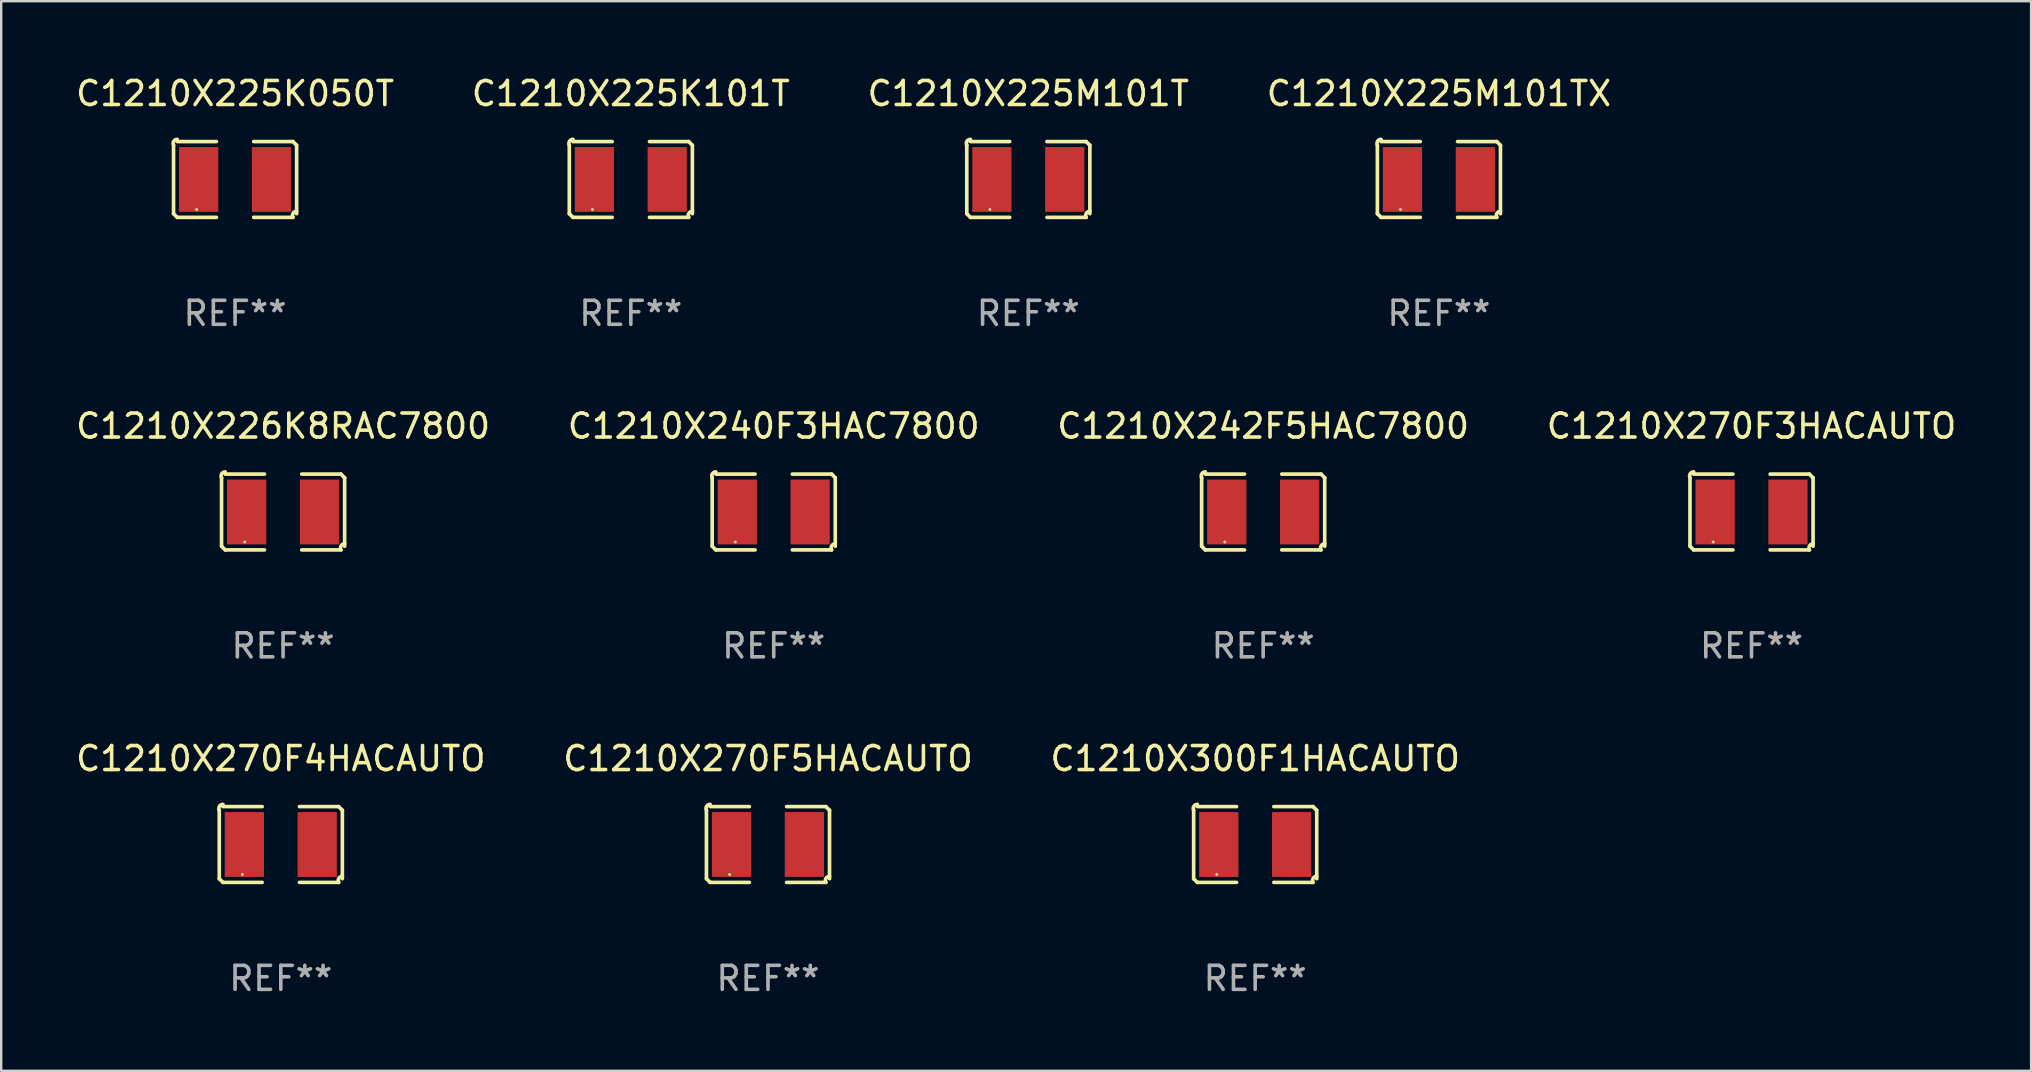
<source format=kicad_pcb>
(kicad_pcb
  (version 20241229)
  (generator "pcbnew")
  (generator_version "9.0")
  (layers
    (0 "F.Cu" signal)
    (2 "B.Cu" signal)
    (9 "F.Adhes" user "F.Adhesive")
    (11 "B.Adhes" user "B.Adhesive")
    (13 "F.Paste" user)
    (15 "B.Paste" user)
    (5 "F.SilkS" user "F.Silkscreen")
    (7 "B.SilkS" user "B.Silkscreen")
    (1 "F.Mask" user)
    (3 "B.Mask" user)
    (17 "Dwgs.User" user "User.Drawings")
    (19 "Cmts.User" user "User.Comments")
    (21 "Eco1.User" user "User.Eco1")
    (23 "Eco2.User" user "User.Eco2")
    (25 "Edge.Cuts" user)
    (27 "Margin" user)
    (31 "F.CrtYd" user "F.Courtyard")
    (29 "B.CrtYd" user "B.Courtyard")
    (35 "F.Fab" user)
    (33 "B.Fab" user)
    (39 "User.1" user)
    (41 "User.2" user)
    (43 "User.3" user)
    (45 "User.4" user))
  (footprint "C1210X225K101T"
    (layer "F.Cu")
    (at 23.232 4.427)
    (property "Reference" "C1210X225K101T" (at 0 -3.579 0) (layer "F.SilkS") (effects (font (size 1 1) (thickness 0.15))))
    (attr through_hole)
    (fp_line (start -2.564 1.426) (end -2.564 -1.426) (stroke (width 0.152) (type solid)) (layer "F.SilkS"))
    (fp_line (start -2.411 -1.579) (end -0.776 -1.579) (stroke (width 0.152) (type solid)) (layer "F.SilkS"))
    (fp_line (start -0.776 1.579) (end -2.411 1.579) (stroke (width 0.152) (type solid)) (layer "F.SilkS"))
    (fp_line (start 0.776 1.579) (end 2.411 1.579) (stroke (width 0.152) (type solid)) (layer "F.SilkS"))
    (fp_line (start 2.411 -1.579) (end 0.776 -1.579) (stroke (width 0.152) (type solid)) (layer "F.SilkS"))
    (fp_line (start 2.564 1.426) (end 2.564 -1.426) (stroke (width 0.152) (type solid)) (layer "F.SilkS"))
    (fp_arc (start -2.563602 -1.426213) (mid -2.555597 -1.591233) (end -2.411201 -1.671518) (stroke (width 0.1524) (type solid)) (layer "F.SilkS"))
    (fp_arc (start -2.5636 1.426214) (mid -2.487389 1.502402) (end -2.411201 1.578613) (stroke (width 0.1524) (type solid)) (layer "F.SilkS"))
    (fp_arc (start 2.411197 -1.578618) (mid 2.487403 -1.502419) (end 2.563602 -1.426213) (stroke (width 0.1524) (type solid)) (layer "F.SilkS"))
    (fp_arc (start 2.411201 1.578613) (mid 2.416214 1.409455) (end 2.563602 1.32629) (stroke (width 0.1524) (type solid)) (layer "F.SilkS"))
    (fp_circle (center -1.6 1.25) (end -1.57 1.25) (stroke (width 0.06) (type solid)) (fill no) (layer "F.SilkS"))
    (fp_text user "REF**" (at 0 5.579 0) (layer "F.Fab") (effects (font (size 1 1) (thickness 0.15))))
    (pad "1" smd rect (at -1.517 0) (size 1.635 2.7) (layers "F.Cu" "F.Mask" "F.Paste"))
    (pad "2" smd rect (at 1.517 0) (size 1.635 2.7) (layers "F.Cu" "F.Mask" "F.Paste")))
  (footprint "C1210X242F5HAC7800"
    (layer "F.Cu")
    (at 49.577 18.281)
    (property "Reference" "C1210X242F5HAC7800" (at 0 -3.579 0) (layer "F.SilkS") (effects (font (size 1 1) (thickness 0.15))))
    (attr through_hole)
    (fp_line (start -2.564 1.426) (end -2.564 -1.426) (stroke (width 0.152) (type solid)) (layer "F.SilkS"))
    (fp_line (start -2.411 -1.579) (end -0.776 -1.579) (stroke (width 0.152) (type solid)) (layer "F.SilkS"))
    (fp_line (start -0.776 1.579) (end -2.411 1.579) (stroke (width 0.152) (type solid)) (layer "F.SilkS"))
    (fp_line (start 0.776 1.579) (end 2.411 1.579) (stroke (width 0.152) (type solid)) (layer "F.SilkS"))
    (fp_line (start 2.411 -1.579) (end 0.776 -1.579) (stroke (width 0.152) (type solid)) (layer "F.SilkS"))
    (fp_line (start 2.564 1.426) (end 2.564 -1.426) (stroke (width 0.152) (type solid)) (layer "F.SilkS"))
    (fp_arc (start -2.563602 -1.426213) (mid -2.555597 -1.591233) (end -2.411201 -1.671518) (stroke (width 0.1524) (type solid)) (layer "F.SilkS"))
    (fp_arc (start -2.5636 1.426214) (mid -2.487389 1.502402) (end -2.411201 1.578613) (stroke (width 0.1524) (type solid)) (layer "F.SilkS"))
    (fp_arc (start 2.411197 -1.578618) (mid 2.487403 -1.502419) (end 2.563602 -1.426213) (stroke (width 0.1524) (type solid)) (layer "F.SilkS"))
    (fp_arc (start 2.411201 1.578613) (mid 2.416214 1.409455) (end 2.563602 1.32629) (stroke (width 0.1524) (type solid)) (layer "F.SilkS"))
    (fp_circle (center -1.6 1.25) (end -1.57 1.25) (stroke (width 0.06) (type solid)) (fill no) (layer "F.SilkS"))
    (fp_text user "REF**" (at 0 5.579 0) (layer "F.Fab") (effects (font (size 1 1) (thickness 0.15))))
    (pad "1" smd rect (at -1.517 0) (size 1.635 2.7) (layers "F.Cu" "F.Mask" "F.Paste"))
    (pad "2" smd rect (at 1.517 0) (size 1.635 2.7) (layers "F.Cu" "F.Mask" "F.Paste")))
  (footprint "C1210X226K8RAC7800"
    (layer "F.Cu")
    (at 8.744 18.281)
    (property "Reference" "C1210X226K8RAC7800" (at 0 -3.579 0) (layer "F.SilkS") (effects (font (size 1 1) (thickness 0.15))))
    (attr through_hole)
    (fp_line (start -2.564 1.426) (end -2.564 -1.426) (stroke (width 0.152) (type solid)) (layer "F.SilkS"))
    (fp_line (start -2.411 -1.579) (end -0.776 -1.579) (stroke (width 0.152) (type solid)) (layer "F.SilkS"))
    (fp_line (start -0.776 1.579) (end -2.411 1.579) (stroke (width 0.152) (type solid)) (layer "F.SilkS"))
    (fp_line (start 0.776 1.579) (end 2.411 1.579) (stroke (width 0.152) (type solid)) (layer "F.SilkS"))
    (fp_line (start 2.411 -1.579) (end 0.776 -1.579) (stroke (width 0.152) (type solid)) (layer "F.SilkS"))
    (fp_line (start 2.564 1.426) (end 2.564 -1.426) (stroke (width 0.152) (type solid)) (layer "F.SilkS"))
    (fp_arc (start -2.563602 -1.426213) (mid -2.555597 -1.591233) (end -2.411201 -1.671518) (stroke (width 0.1524) (type solid)) (layer "F.SilkS"))
    (fp_arc (start -2.5636 1.426214) (mid -2.487389 1.502402) (end -2.411201 1.578613) (stroke (width 0.1524) (type solid)) (layer "F.SilkS"))
    (fp_arc (start 2.411197 -1.578618) (mid 2.487403 -1.502419) (end 2.563602 -1.426213) (stroke (width 0.1524) (type solid)) (layer "F.SilkS"))
    (fp_arc (start 2.411201 1.578613) (mid 2.416214 1.409455) (end 2.563602 1.32629) (stroke (width 0.1524) (type solid)) (layer "F.SilkS"))
    (fp_circle (center -1.6 1.25) (end -1.57 1.25) (stroke (width 0.06) (type solid)) (fill no) (layer "F.SilkS"))
    (fp_text user "REF**" (at 0 5.579 0) (layer "F.Fab") (effects (font (size 1 1) (thickness 0.15))))
    (pad "1" smd rect (at -1.517 0) (size 1.635 2.7) (layers "F.Cu" "F.Mask" "F.Paste"))
    (pad "2" smd rect (at 1.517 0) (size 1.635 2.7) (layers "F.Cu" "F.Mask" "F.Paste")))
  (footprint "C1210X270F4HACAUTO"
    (layer "F.Cu")
    (at 8.649 32.134)
    (property "Reference" "C1210X270F4HACAUTO" (at 0 -3.579 0) (layer "F.SilkS") (effects (font (size 1 1) (thickness 0.15))))
    (attr through_hole)
    (fp_line (start -2.564 1.426) (end -2.564 -1.426) (stroke (width 0.152) (type solid)) (layer "F.SilkS"))
    (fp_line (start -2.411 -1.579) (end -0.776 -1.579) (stroke (width 0.152) (type solid)) (layer "F.SilkS"))
    (fp_line (start -0.776 1.579) (end -2.411 1.579) (stroke (width 0.152) (type solid)) (layer "F.SilkS"))
    (fp_line (start 0.776 1.579) (end 2.411 1.579) (stroke (width 0.152) (type solid)) (layer "F.SilkS"))
    (fp_line (start 2.411 -1.579) (end 0.776 -1.579) (stroke (width 0.152) (type solid)) (layer "F.SilkS"))
    (fp_line (start 2.564 1.426) (end 2.564 -1.426) (stroke (width 0.152) (type solid)) (layer "F.SilkS"))
    (fp_arc (start -2.563602 -1.426213) (mid -2.555597 -1.591233) (end -2.411201 -1.671518) (stroke (width 0.1524) (type solid)) (layer "F.SilkS"))
    (fp_arc (start -2.5636 1.426214) (mid -2.487389 1.502402) (end -2.411201 1.578613) (stroke (width 0.1524) (type solid)) (layer "F.SilkS"))
    (fp_arc (start 2.411197 -1.578618) (mid 2.487403 -1.502419) (end 2.563602 -1.426213) (stroke (width 0.1524) (type solid)) (layer "F.SilkS"))
    (fp_arc (start 2.411201 1.578613) (mid 2.416214 1.409455) (end 2.563602 1.32629) (stroke (width 0.1524) (type solid)) (layer "F.SilkS"))
    (fp_circle (center -1.6 1.25) (end -1.57 1.25) (stroke (width 0.06) (type solid)) (fill no) (layer "F.SilkS"))
    (fp_text user "REF**" (at 0 5.579 0) (layer "F.Fab") (effects (font (size 1 1) (thickness 0.15))))
    (pad "1" smd rect (at -1.517 0) (size 1.635 2.7) (layers "F.Cu" "F.Mask" "F.Paste"))
    (pad "2" smd rect (at 1.517 0) (size 1.635 2.7) (layers "F.Cu" "F.Mask" "F.Paste")))
  (footprint "C1210X225M101T"
    (layer "F.Cu")
    (at 39.792 4.427)
    (property "Reference" "C1210X225M101T" (at 0 -3.579 0) (layer "F.SilkS") (effects (font (size 1 1) (thickness 0.15))))
    (attr through_hole)
    (fp_line (start -2.564 1.426) (end -2.564 -1.426) (stroke (width 0.152) (type solid)) (layer "F.SilkS"))
    (fp_line (start -2.411 -1.579) (end -0.776 -1.579) (stroke (width 0.152) (type solid)) (layer "F.SilkS"))
    (fp_line (start -0.776 1.579) (end -2.411 1.579) (stroke (width 0.152) (type solid)) (layer "F.SilkS"))
    (fp_line (start 0.776 1.579) (end 2.411 1.579) (stroke (width 0.152) (type solid)) (layer "F.SilkS"))
    (fp_line (start 2.411 -1.579) (end 0.776 -1.579) (stroke (width 0.152) (type solid)) (layer "F.SilkS"))
    (fp_line (start 2.564 1.426) (end 2.564 -1.426) (stroke (width 0.152) (type solid)) (layer "F.SilkS"))
    (fp_arc (start -2.563602 -1.426213) (mid -2.555597 -1.591233) (end -2.411201 -1.671518) (stroke (width 0.1524) (type solid)) (layer "F.SilkS"))
    (fp_arc (start -2.5636 1.426214) (mid -2.487389 1.502402) (end -2.411201 1.578613) (stroke (width 0.1524) (type solid)) (layer "F.SilkS"))
    (fp_arc (start 2.411197 -1.578618) (mid 2.487403 -1.502419) (end 2.563602 -1.426213) (stroke (width 0.1524) (type solid)) (layer "F.SilkS"))
    (fp_arc (start 2.411201 1.578613) (mid 2.416214 1.409455) (end 2.563602 1.32629) (stroke (width 0.1524) (type solid)) (layer "F.SilkS"))
    (fp_circle (center -1.6 1.25) (end -1.57 1.25) (stroke (width 0.06) (type solid)) (fill no) (layer "F.SilkS"))
    (fp_text user "REF**" (at 0 5.579 0) (layer "F.Fab") (effects (font (size 1 1) (thickness 0.15))))
    (pad "1" smd rect (at -1.517 0) (size 1.635 2.7) (layers "F.Cu" "F.Mask" "F.Paste"))
    (pad "2" smd rect (at 1.517 0) (size 1.635 2.7) (layers "F.Cu" "F.Mask" "F.Paste")))
  (footprint "C1210X240F3HAC7800"
    (layer "F.Cu")
    (at 29.185 18.281)
    (property "Reference" "C1210X240F3HAC7800" (at 0 -3.579 0) (layer "F.SilkS") (effects (font (size 1 1) (thickness 0.15))))
    (attr through_hole)
    (fp_line (start -2.564 1.426) (end -2.564 -1.426) (stroke (width 0.152) (type solid)) (layer "F.SilkS"))
    (fp_line (start -2.411 -1.579) (end -0.776 -1.579) (stroke (width 0.152) (type solid)) (layer "F.SilkS"))
    (fp_line (start -0.776 1.579) (end -2.411 1.579) (stroke (width 0.152) (type solid)) (layer "F.SilkS"))
    (fp_line (start 0.776 1.579) (end 2.411 1.579) (stroke (width 0.152) (type solid)) (layer "F.SilkS"))
    (fp_line (start 2.411 -1.579) (end 0.776 -1.579) (stroke (width 0.152) (type solid)) (layer "F.SilkS"))
    (fp_line (start 2.564 1.426) (end 2.564 -1.426) (stroke (width 0.152) (type solid)) (layer "F.SilkS"))
    (fp_arc (start -2.563602 -1.426213) (mid -2.555597 -1.591233) (end -2.411201 -1.671518) (stroke (width 0.1524) (type solid)) (layer "F.SilkS"))
    (fp_arc (start -2.5636 1.426214) (mid -2.487389 1.502402) (end -2.411201 1.578613) (stroke (width 0.1524) (type solid)) (layer "F.SilkS"))
    (fp_arc (start 2.411197 -1.578618) (mid 2.487403 -1.502419) (end 2.563602 -1.426213) (stroke (width 0.1524) (type solid)) (layer "F.SilkS"))
    (fp_arc (start 2.411201 1.578613) (mid 2.416214 1.409455) (end 2.563602 1.32629) (stroke (width 0.1524) (type solid)) (layer "F.SilkS"))
    (fp_circle (center -1.6 1.25) (end -1.57 1.25) (stroke (width 0.06) (type solid)) (fill no) (layer "F.SilkS"))
    (fp_text user "REF**" (at 0 5.579 0) (layer "F.Fab") (effects (font (size 1 1) (thickness 0.15))))
    (pad "1" smd rect (at -1.517 0) (size 1.635 2.7) (layers "F.Cu" "F.Mask" "F.Paste"))
    (pad "2" smd rect (at 1.517 0) (size 1.635 2.7) (layers "F.Cu" "F.Mask" "F.Paste")))
  (footprint "C1210X225M101TX"
    (layer "F.Cu")
    (at 56.899 4.427)
    (property "Reference" "C1210X225M101TX" (at 0 -3.579 0) (layer "F.SilkS") (effects (font (size 1 1) (thickness 0.15))))
    (attr through_hole)
    (fp_line (start -2.564 1.426) (end -2.564 -1.426) (stroke (width 0.152) (type solid)) (layer "F.SilkS"))
    (fp_line (start -2.411 -1.579) (end -0.776 -1.579) (stroke (width 0.152) (type solid)) (layer "F.SilkS"))
    (fp_line (start -0.776 1.579) (end -2.411 1.579) (stroke (width 0.152) (type solid)) (layer "F.SilkS"))
    (fp_line (start 0.776 1.579) (end 2.411 1.579) (stroke (width 0.152) (type solid)) (layer "F.SilkS"))
    (fp_line (start 2.411 -1.579) (end 0.776 -1.579) (stroke (width 0.152) (type solid)) (layer "F.SilkS"))
    (fp_line (start 2.564 1.426) (end 2.564 -1.426) (stroke (width 0.152) (type solid)) (layer "F.SilkS"))
    (fp_arc (start -2.563602 -1.426213) (mid -2.555597 -1.591233) (end -2.411201 -1.671518) (stroke (width 0.1524) (type solid)) (layer "F.SilkS"))
    (fp_arc (start -2.5636 1.426214) (mid -2.487389 1.502402) (end -2.411201 1.578613) (stroke (width 0.1524) (type solid)) (layer "F.SilkS"))
    (fp_arc (start 2.411197 -1.578618) (mid 2.487403 -1.502419) (end 2.563602 -1.426213) (stroke (width 0.1524) (type solid)) (layer "F.SilkS"))
    (fp_arc (start 2.411201 1.578613) (mid 2.416214 1.409455) (end 2.563602 1.32629) (stroke (width 0.1524) (type solid)) (layer "F.SilkS"))
    (fp_circle (center -1.6 1.25) (end -1.57 1.25) (stroke (width 0.06) (type solid)) (fill no) (layer "F.SilkS"))
    (fp_text user "REF**" (at 0 5.579 0) (layer "F.Fab") (effects (font (size 1 1) (thickness 0.15))))
    (pad "1" smd rect (at -1.517 0) (size 1.635 2.7) (layers "F.Cu" "F.Mask" "F.Paste"))
    (pad "2" smd rect (at 1.517 0) (size 1.635 2.7) (layers "F.Cu" "F.Mask" "F.Paste")))
  (footprint "C1210X300F1HACAUTO"
    (layer "F.Cu")
    (at 49.244 32.134)
    (property "Reference" "C1210X300F1HACAUTO" (at 0 -3.579 0) (layer "F.SilkS") (effects (font (size 1 1) (thickness 0.15))))
    (attr through_hole)
    (fp_line (start -2.564 1.426) (end -2.564 -1.426) (stroke (width 0.152) (type solid)) (layer "F.SilkS"))
    (fp_line (start -2.411 -1.579) (end -0.776 -1.579) (stroke (width 0.152) (type solid)) (layer "F.SilkS"))
    (fp_line (start -0.776 1.579) (end -2.411 1.579) (stroke (width 0.152) (type solid)) (layer "F.SilkS"))
    (fp_line (start 0.776 1.579) (end 2.411 1.579) (stroke (width 0.152) (type solid)) (layer "F.SilkS"))
    (fp_line (start 2.411 -1.579) (end 0.776 -1.579) (stroke (width 0.152) (type solid)) (layer "F.SilkS"))
    (fp_line (start 2.564 1.426) (end 2.564 -1.426) (stroke (width 0.152) (type solid)) (layer "F.SilkS"))
    (fp_arc (start -2.563602 -1.426213) (mid -2.555597 -1.591233) (end -2.411201 -1.671518) (stroke (width 0.1524) (type solid)) (layer "F.SilkS"))
    (fp_arc (start -2.5636 1.426214) (mid -2.487389 1.502402) (end -2.411201 1.578613) (stroke (width 0.1524) (type solid)) (layer "F.SilkS"))
    (fp_arc (start 2.411197 -1.578618) (mid 2.487403 -1.502419) (end 2.563602 -1.426213) (stroke (width 0.1524) (type solid)) (layer "F.SilkS"))
    (fp_arc (start 2.411201 1.578613) (mid 2.416214 1.409455) (end 2.563602 1.32629) (stroke (width 0.1524) (type solid)) (layer "F.SilkS"))
    (fp_circle (center -1.6 1.25) (end -1.57 1.25) (stroke (width 0.06) (type solid)) (fill no) (layer "F.SilkS"))
    (fp_text user "REF**" (at 0 5.579 0) (layer "F.Fab") (effects (font (size 1 1) (thickness 0.15))))
    (pad "1" smd rect (at -1.517 0) (size 1.635 2.7) (layers "F.Cu" "F.Mask" "F.Paste"))
    (pad "2" smd rect (at 1.517 0) (size 1.635 2.7) (layers "F.Cu" "F.Mask" "F.Paste")))
  (footprint "C1210X270F3HACAUTO"
    (layer "F.Cu")
    (at 69.923 18.281)
    (property "Reference" "C1210X270F3HACAUTO" (at 0 -3.579 0) (layer "F.SilkS") (effects (font (size 1 1) (thickness 0.15))))
    (attr through_hole)
    (fp_line (start -2.564 1.426) (end -2.564 -1.426) (stroke (width 0.152) (type solid)) (layer "F.SilkS"))
    (fp_line (start -2.411 -1.579) (end -0.776 -1.579) (stroke (width 0.152) (type solid)) (layer "F.SilkS"))
    (fp_line (start -0.776 1.579) (end -2.411 1.579) (stroke (width 0.152) (type solid)) (layer "F.SilkS"))
    (fp_line (start 0.776 1.579) (end 2.411 1.579) (stroke (width 0.152) (type solid)) (layer "F.SilkS"))
    (fp_line (start 2.411 -1.579) (end 0.776 -1.579) (stroke (width 0.152) (type solid)) (layer "F.SilkS"))
    (fp_line (start 2.564 1.426) (end 2.564 -1.426) (stroke (width 0.152) (type solid)) (layer "F.SilkS"))
    (fp_arc (start -2.563602 -1.426213) (mid -2.555597 -1.591233) (end -2.411201 -1.671518) (stroke (width 0.1524) (type solid)) (layer "F.SilkS"))
    (fp_arc (start -2.5636 1.426214) (mid -2.487389 1.502402) (end -2.411201 1.578613) (stroke (width 0.1524) (type solid)) (layer "F.SilkS"))
    (fp_arc (start 2.411197 -1.578618) (mid 2.487403 -1.502419) (end 2.563602 -1.426213) (stroke (width 0.1524) (type solid)) (layer "F.SilkS"))
    (fp_arc (start 2.411201 1.578613) (mid 2.416214 1.409455) (end 2.563602 1.32629) (stroke (width 0.1524) (type solid)) (layer "F.SilkS"))
    (fp_circle (center -1.6 1.25) (end -1.57 1.25) (stroke (width 0.06) (type solid)) (fill no) (layer "F.SilkS"))
    (fp_text user "REF**" (at 0 5.579 0) (layer "F.Fab") (effects (font (size 1 1) (thickness 0.15))))
    (pad "1" smd rect (at -1.517 0) (size 1.635 2.7) (layers "F.Cu" "F.Mask" "F.Paste"))
    (pad "2" smd rect (at 1.517 0) (size 1.635 2.7) (layers "F.Cu" "F.Mask" "F.Paste")))
  (footprint "C1210X270F5HACAUTO"
    (layer "F.Cu")
    (at 28.946 32.134)
    (property "Reference" "C1210X270F5HACAUTO" (at 0 -3.579 0) (layer "F.SilkS") (effects (font (size 1 1) (thickness 0.15))))
    (attr through_hole)
    (fp_line (start -2.564 1.426) (end -2.564 -1.426) (stroke (width 0.152) (type solid)) (layer "F.SilkS"))
    (fp_line (start -2.411 -1.579) (end -0.776 -1.579) (stroke (width 0.152) (type solid)) (layer "F.SilkS"))
    (fp_line (start -0.776 1.579) (end -2.411 1.579) (stroke (width 0.152) (type solid)) (layer "F.SilkS"))
    (fp_line (start 0.776 1.579) (end 2.411 1.579) (stroke (width 0.152) (type solid)) (layer "F.SilkS"))
    (fp_line (start 2.411 -1.579) (end 0.776 -1.579) (stroke (width 0.152) (type solid)) (layer "F.SilkS"))
    (fp_line (start 2.564 1.426) (end 2.564 -1.426) (stroke (width 0.152) (type solid)) (layer "F.SilkS"))
    (fp_arc (start -2.563602 -1.426213) (mid -2.555597 -1.591233) (end -2.411201 -1.671518) (stroke (width 0.1524) (type solid)) (layer "F.SilkS"))
    (fp_arc (start -2.5636 1.426214) (mid -2.487389 1.502402) (end -2.411201 1.578613) (stroke (width 0.1524) (type solid)) (layer "F.SilkS"))
    (fp_arc (start 2.411197 -1.578618) (mid 2.487403 -1.502419) (end 2.563602 -1.426213) (stroke (width 0.1524) (type solid)) (layer "F.SilkS"))
    (fp_arc (start 2.411201 1.578613) (mid 2.416214 1.409455) (end 2.563602 1.32629) (stroke (width 0.1524) (type solid)) (layer "F.SilkS"))
    (fp_circle (center -1.6 1.25) (end -1.57 1.25) (stroke (width 0.06) (type solid)) (fill no) (layer "F.SilkS"))
    (fp_text user "REF**" (at 0 5.579 0) (layer "F.Fab") (effects (font (size 1 1) (thickness 0.15))))
    (pad "1" smd rect (at -1.517 0) (size 1.635 2.7) (layers "F.Cu" "F.Mask" "F.Paste"))
    (pad "2" smd rect (at 1.517 0) (size 1.635 2.7) (layers "F.Cu" "F.Mask" "F.Paste")))
  (footprint "C1210X225K050T"
    (layer "F.Cu")
    (at 6.744 4.427)
    (property "Reference" "C1210X225K050T" (at 0 -3.579 0) (layer "F.SilkS") (effects (font (size 1 1) (thickness 0.15))))
    (attr through_hole)
    (fp_line (start -2.564 1.426) (end -2.564 -1.426) (stroke (width 0.152) (type solid)) (layer "F.SilkS"))
    (fp_line (start -2.411 -1.579) (end -0.776 -1.579) (stroke (width 0.152) (type solid)) (layer "F.SilkS"))
    (fp_line (start -0.776 1.579) (end -2.411 1.579) (stroke (width 0.152) (type solid)) (layer "F.SilkS"))
    (fp_line (start 0.776 1.579) (end 2.411 1.579) (stroke (width 0.152) (type solid)) (layer "F.SilkS"))
    (fp_line (start 2.411 -1.579) (end 0.776 -1.579) (stroke (width 0.152) (type solid)) (layer "F.SilkS"))
    (fp_line (start 2.564 1.426) (end 2.564 -1.426) (stroke (width 0.152) (type solid)) (layer "F.SilkS"))
    (fp_arc (start -2.563602 -1.426213) (mid -2.555597 -1.591233) (end -2.411201 -1.671518) (stroke (width 0.1524) (type solid)) (layer "F.SilkS"))
    (fp_arc (start -2.5636 1.426214) (mid -2.487389 1.502402) (end -2.411201 1.578613) (stroke (width 0.1524) (type solid)) (layer "F.SilkS"))
    (fp_arc (start 2.411197 -1.578618) (mid 2.487403 -1.502419) (end 2.563602 -1.426213) (stroke (width 0.1524) (type solid)) (layer "F.SilkS"))
    (fp_arc (start 2.411201 1.578613) (mid 2.416214 1.409455) (end 2.563602 1.32629) (stroke (width 0.1524) (type solid)) (layer "F.SilkS"))
    (fp_circle (center -1.6 1.25) (end -1.57 1.25) (stroke (width 0.06) (type solid)) (fill no) (layer "F.SilkS"))
    (fp_text user "REF**" (at 0 5.579 0) (layer "F.Fab") (effects (font (size 1 1) (thickness 0.15))))
    (pad "1" smd rect (at -1.517 0) (size 1.635 2.7) (layers "F.Cu" "F.Mask" "F.Paste"))
    (pad "2" smd rect (at 1.517 0) (size 1.635 2.7) (layers "F.Cu" "F.Mask" "F.Paste")))
  (gr_rect
    (start -3 -3)
    (end 81.571 41.561)
    (stroke (width 0.1) (type default))
    (fill no)
    (layer "Edge.Cuts")))
</source>
